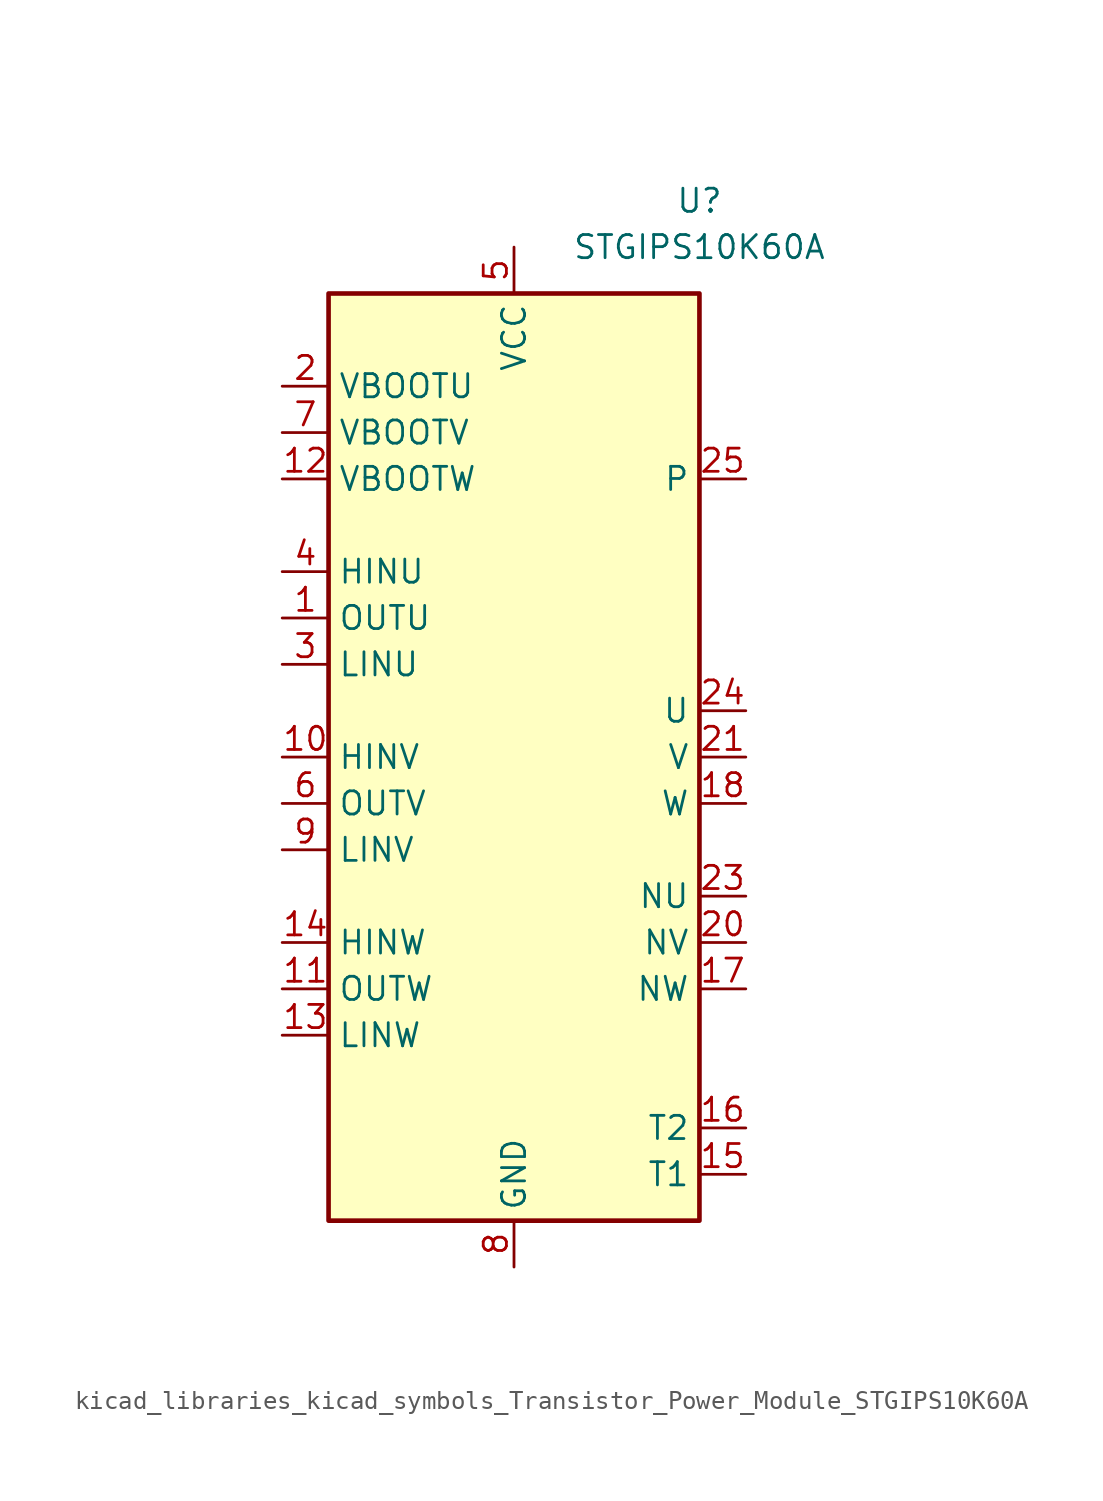
<source format=kicad_sym>
(kicad_symbol_lib
  (version 20220914)
  (generator kicad_symbol_editor)
  (symbol "kicad_libraries_kicad_symbols_Transistor_Power_Module_STGIPS10K60A"
    (property "Reference" "U"
      (at 10.16 30.48 0)
      (effects (font (size 1.27 1.27))))
    (property "Value" "STGIPS10K60A"
      (at 10.16 27.94 0)
      (effects (font (size 1.27 1.27))))
    (symbol "kicad_libraries_kicad_symbols_Transistor_Power_Module_STGIPS10K60A_0_1"
      (rectangle (start -10.16 25.4) (end 10.16 -25.4) (stroke (width 0.254) (type default)) (fill (type background))))
    (symbol "kicad_libraries_kicad_symbols_Transistor_Power_Module_STGIPS10K60A_1_1"
      (pin output line (at -12.7 7.62 0) (length 2.54) (name "OUTU" (effects (font (size 1.27 1.27)))) (number "1" (effects (font (size 1.27 1.27)))))
      (pin input line (at -12.7 0 0) (length 2.54) (name "HINV" (effects (font (size 1.27 1.27)))) (number "10" (effects (font (size 1.27 1.27)))))
      (pin output line (at -12.7 -12.7 0) (length 2.54) (name "OUTW" (effects (font (size 1.27 1.27)))) (number "11" (effects (font (size 1.27 1.27)))))
      (pin passive line (at -12.7 15.24 0) (length 2.54) (name "VBOOTW" (effects (font (size 1.27 1.27)))) (number "12" (effects (font (size 1.27 1.27)))))
      (pin input line (at -12.7 -15.24 0) (length 2.54) (name "LINW" (effects (font (size 1.27 1.27)))) (number "13" (effects (font (size 1.27 1.27)))))
      (pin input line (at -12.7 -10.16 0) (length 2.54) (name "HINW" (effects (font (size 1.27 1.27)))) (number "14" (effects (font (size 1.27 1.27)))))
      (pin passive line (at 12.7 -22.86 180) (length 2.54) (name "T1" (effects (font (size 1.27 1.27)))) (number "15" (effects (font (size 1.27 1.27)))))
      (pin passive line (at 12.7 -20.32 180) (length 2.54) (name "T2" (effects (font (size 1.27 1.27)))) (number "16" (effects (font (size 1.27 1.27)))))
      (pin passive line (at 12.7 -12.7 180) (length 2.54) (name "NW" (effects (font (size 1.27 1.27)))) (number "17" (effects (font (size 1.27 1.27)))))
      (pin passive line (at 12.7 -2.54 180) (length 2.54) (name "W" (effects (font (size 1.27 1.27)))) (number "18" (effects (font (size 1.27 1.27)))))
      (pin passive line (at 12.7 15.24 180) (length 2.54) hide (name "P" (effects (font (size 1.27 1.27)))) (number "19" (effects (font (size 1.27 1.27)))))
      (pin passive line (at -12.7 20.32 0) (length 2.54) (name "VBOOTU" (effects (font (size 1.27 1.27)))) (number "2" (effects (font (size 1.27 1.27)))))
      (pin passive line (at 12.7 -10.16 180) (length 2.54) (name "NV" (effects (font (size 1.27 1.27)))) (number "20" (effects (font (size 1.27 1.27)))))
      (pin passive line (at 12.7 0 180) (length 2.54) (name "V" (effects (font (size 1.27 1.27)))) (number "21" (effects (font (size 1.27 1.27)))))
      (pin passive line (at 12.7 15.24 180) (length 2.54) hide (name "P" (effects (font (size 1.27 1.27)))) (number "22" (effects (font (size 1.27 1.27)))))
      (pin passive line (at 12.7 -7.62 180) (length 2.54) (name "NU" (effects (font (size 1.27 1.27)))) (number "23" (effects (font (size 1.27 1.27)))))
      (pin passive line (at 12.7 2.54 180) (length 2.54) (name "U" (effects (font (size 1.27 1.27)))) (number "24" (effects (font (size 1.27 1.27)))))
      (pin passive line (at 12.7 15.24 180) (length 2.54) (name "P" (effects (font (size 1.27 1.27)))) (number "25" (effects (font (size 1.27 1.27)))))
      (pin input line (at -12.7 5.08 0) (length 2.54) (name "LINU" (effects (font (size 1.27 1.27)))) (number "3" (effects (font (size 1.27 1.27)))))
      (pin input line (at -12.7 10.16 0) (length 2.54) (name "HINU" (effects (font (size 1.27 1.27)))) (number "4" (effects (font (size 1.27 1.27)))))
      (pin power_in line (at 0 27.94 270) (length 2.54) (name "VCC" (effects (font (size 1.27 1.27)))) (number "5" (effects (font (size 1.27 1.27)))))
      (pin output line (at -12.7 -2.54 0) (length 2.54) (name "OUTV" (effects (font (size 1.27 1.27)))) (number "6" (effects (font (size 1.27 1.27)))))
      (pin passive line (at -12.7 17.78 0) (length 2.54) (name "VBOOTV" (effects (font (size 1.27 1.27)))) (number "7" (effects (font (size 1.27 1.27)))))
      (pin power_in line (at 0 -27.94 90) (length 2.54) (name "GND" (effects (font (size 1.27 1.27)))) (number "8" (effects (font (size 1.27 1.27)))))
      (pin input line (at -12.7 -5.08 0) (length 2.54) (name "LINV" (effects (font (size 1.27 1.27)))) (number "9" (effects (font (size 1.27 1.27))))))))
</source>
